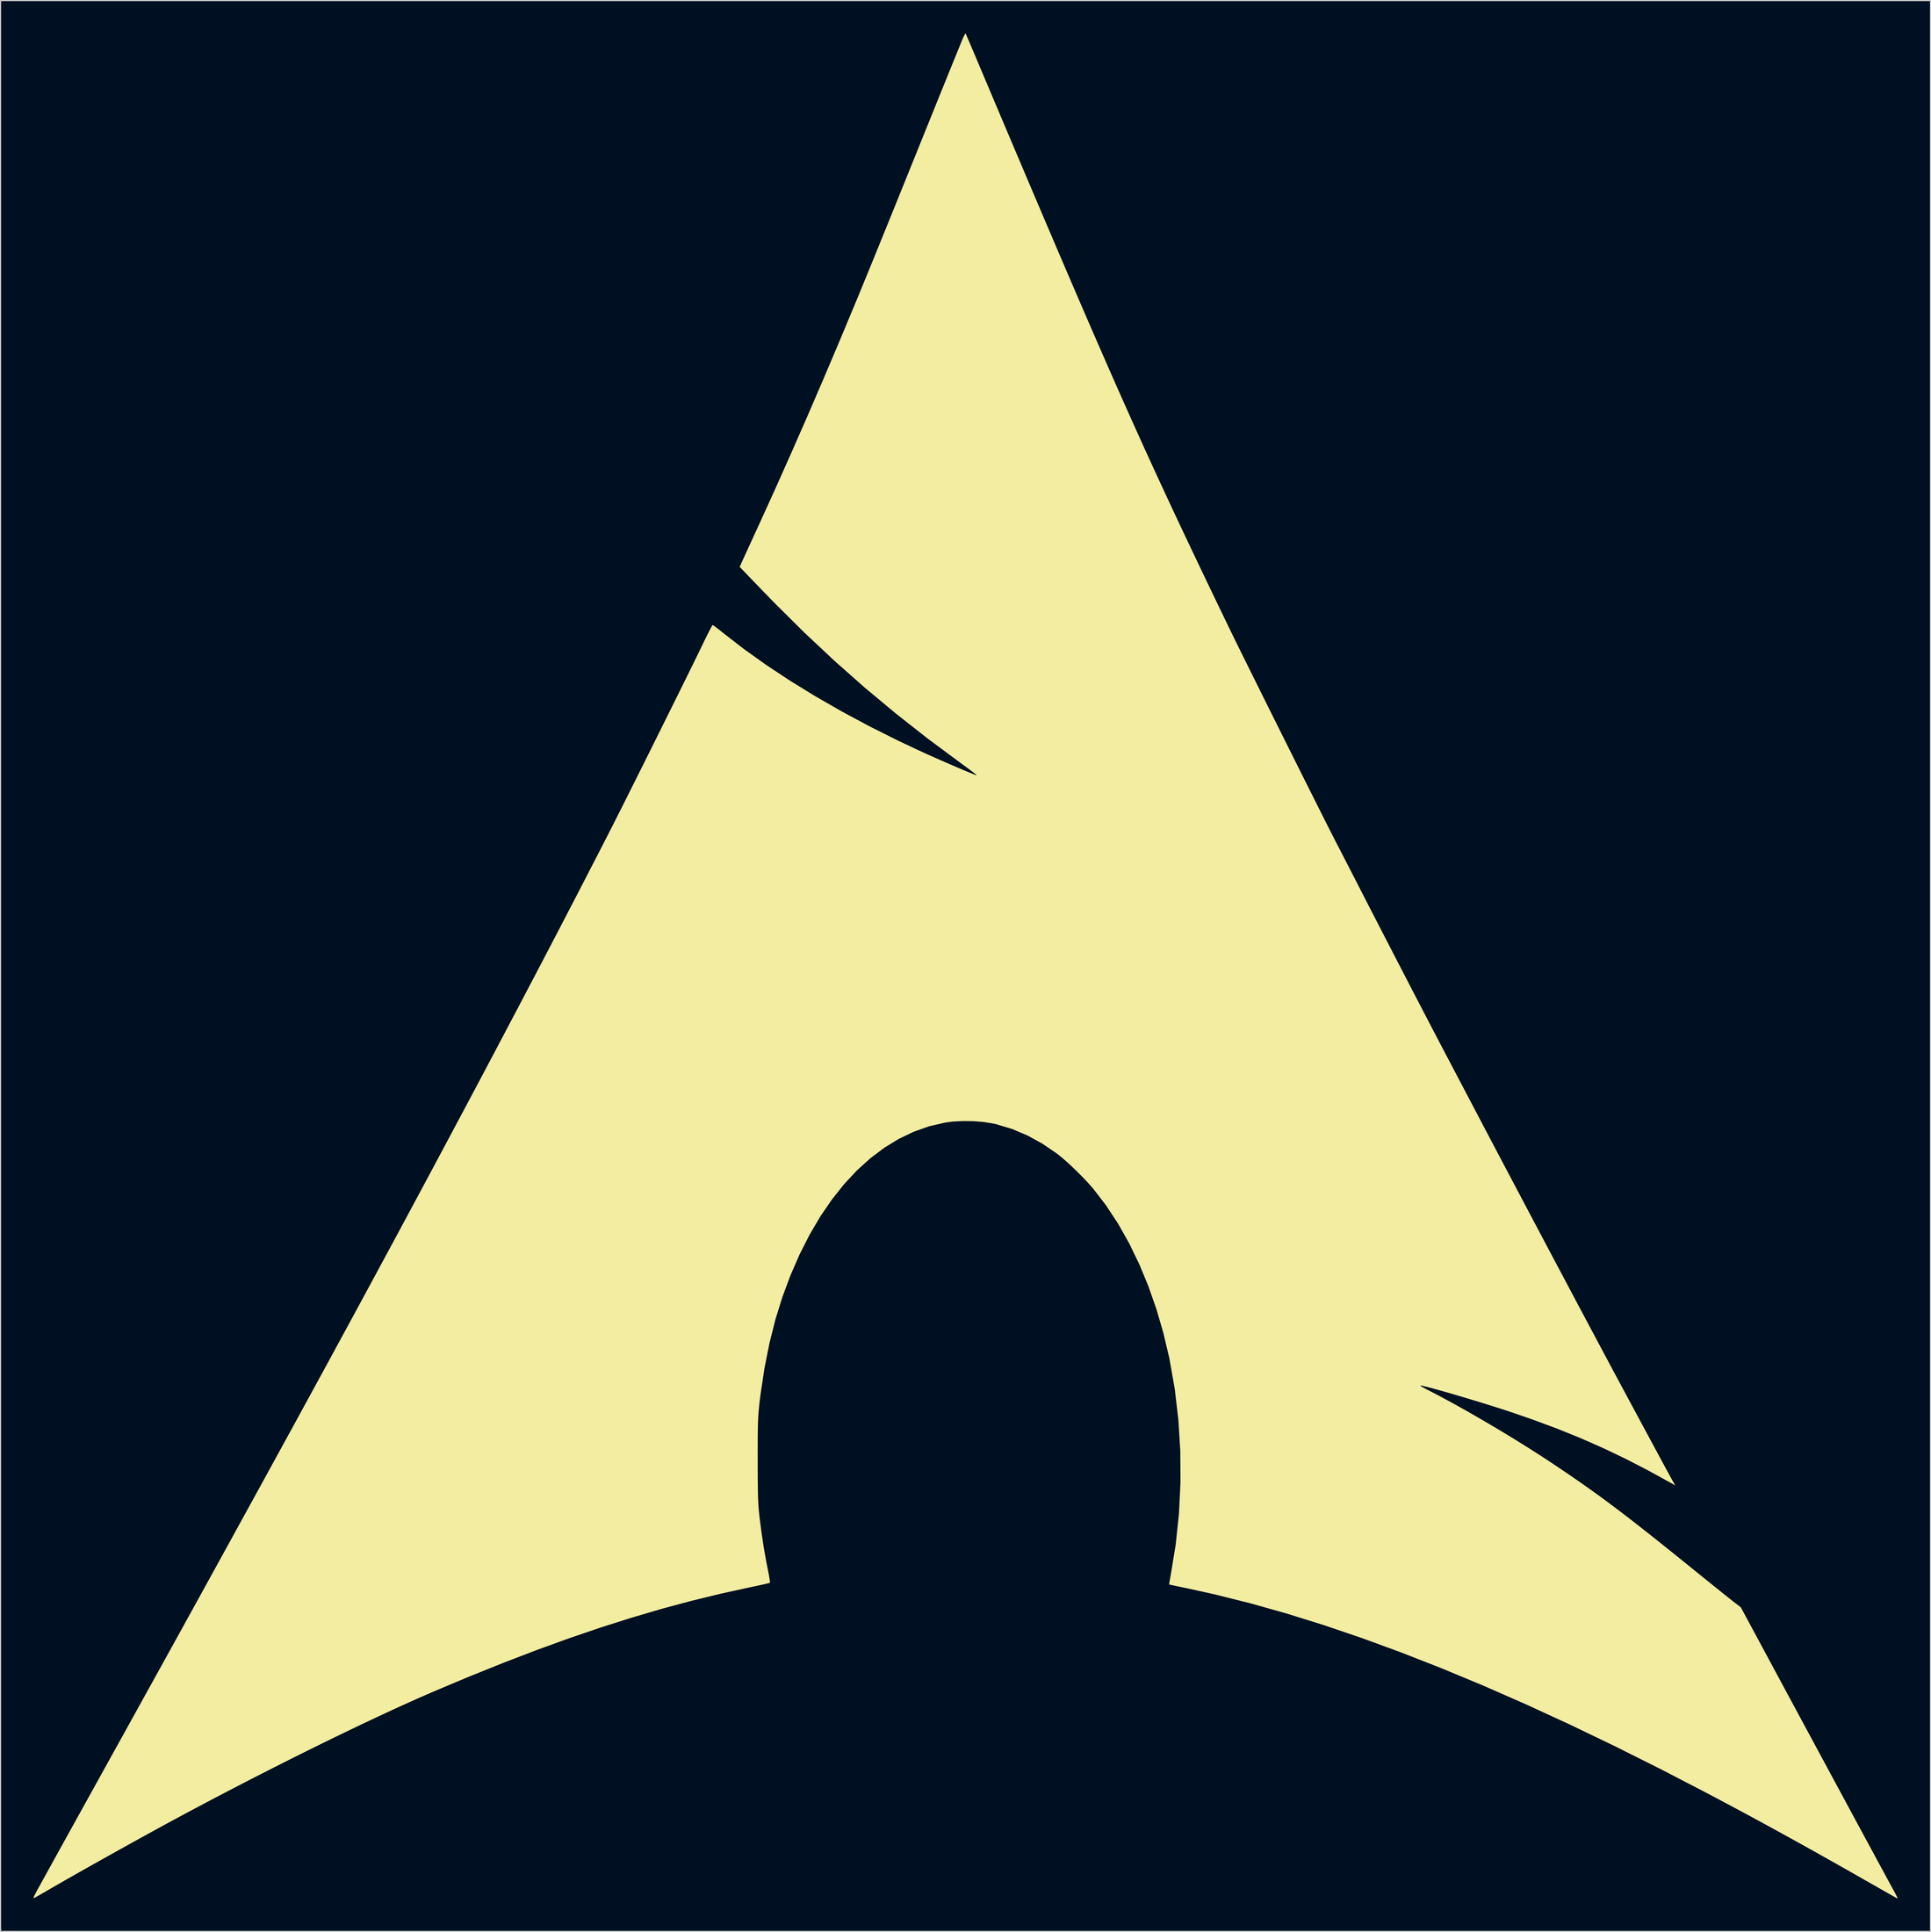
<source format=kicad_pcb>
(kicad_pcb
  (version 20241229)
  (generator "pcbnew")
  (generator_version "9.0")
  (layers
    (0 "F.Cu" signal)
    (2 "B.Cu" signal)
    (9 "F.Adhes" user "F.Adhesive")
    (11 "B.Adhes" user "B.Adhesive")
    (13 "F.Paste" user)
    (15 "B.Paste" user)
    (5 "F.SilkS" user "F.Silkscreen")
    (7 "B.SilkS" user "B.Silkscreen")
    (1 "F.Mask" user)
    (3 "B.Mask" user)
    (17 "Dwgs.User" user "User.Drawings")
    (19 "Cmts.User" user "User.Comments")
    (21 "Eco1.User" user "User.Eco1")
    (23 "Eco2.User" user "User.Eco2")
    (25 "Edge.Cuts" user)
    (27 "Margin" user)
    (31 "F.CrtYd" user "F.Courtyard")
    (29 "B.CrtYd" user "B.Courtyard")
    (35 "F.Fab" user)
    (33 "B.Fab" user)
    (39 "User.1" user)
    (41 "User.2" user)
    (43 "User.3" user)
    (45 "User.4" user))
  (footprint "arch"
    (layer "F.Cu")
    (at 84.797 84.814)
    (property "Reference" "arch" (at 0 0 0) (layer "F.SilkS") (effects (font (size 1.5 1.5) (thickness 0.3))))
    (attr board_only exclude_from_pos_files exclude_from_bom)
    (fp_poly (pts (xy 0.022 -84.812) (xy 0.065 -84.717) (xy 0.166 -84.487) (xy 0.315 -84.14) (xy 0.504 -83.699) (xy 0.723 -83.184) (xy 0.963 -82.616) (xy 1 -82.529) (xy 2.22 -79.642) (xy 3.378 -76.904) (xy 4.478 -74.308) (xy 5.522 -71.846) (xy 6.515 -69.51) (xy 7.459 -67.293) (xy 8.359 -65.187) (xy 9.217 -63.184) (xy 10.037 -61.277) (xy 10.822 -59.458) (xy 11.575 -57.719) (xy 12.301 -56.054) (xy 13.002 -54.453) (xy 13.682 -52.91) (xy 14.344 -51.417) (xy 14.992 -49.966) (xy 15.629 -48.549) (xy 16.258 -47.16) (xy 16.883 -45.79) (xy 17.508 -44.431) (xy 18.134 -43.077) (xy 18.767 -41.719) (xy 19.409 -40.35) (xy 20.064 -38.962) (xy 20.735 -37.547) (xy 21.426 -36.098) (xy 22.139 -34.607) (xy 22.879 -33.067) (xy 23.649 -31.47) (xy 23.996 -30.752) (xy 24.212 -30.307) (xy 24.493 -29.732) (xy 24.833 -29.041) (xy 25.225 -28.248) (xy 25.663 -27.364) (xy 26.139 -26.403) (xy 26.648 -25.378) (xy 27.183 -24.302) (xy 27.737 -23.189) (xy 28.304 -22.051) (xy 28.877 -20.901) (xy 29.45 -19.753) (xy 30.016 -18.62) (xy 30.569 -17.514) (xy 31.102 -16.45) (xy 31.609 -15.439) (xy 32.083 -14.495) (xy 32.517 -13.632) (xy 32.905 -12.861) (xy 33.241 -12.197) (xy 33.518 -11.653) (xy 33.729 -11.24) (xy 33.809 -11.086) (xy 33.972 -10.773) (xy 34.2 -10.33) (xy 34.484 -9.781) (xy 34.81 -9.147) (xy 35.168 -8.451) (xy 35.547 -7.714) (xy 35.935 -6.958) (xy 36.149 -6.541) (xy 36.611 -5.64) (xy 37.123 -4.646) (xy 37.673 -3.579) (xy 38.251 -2.458) (xy 38.849 -1.302) (xy 39.455 -0.131) (xy 40.06 1.037) (xy 40.653 2.182) (xy 41.226 3.284) (xy 41.767 4.326) (xy 42.268 5.286) (xy 42.717 6.147) (xy 43.105 6.889) (xy 43.324 7.306) (xy 43.545 7.726) (xy 43.834 8.275) (xy 44.178 8.93) (xy 44.566 9.668) (xy 44.987 10.468) (xy 45.428 11.307) (xy 45.878 12.163) (xy 46.326 13.015) (xy 46.428 13.21) (xy 47.107 14.5) (xy 47.834 15.881) (xy 48.602 17.338) (xy 49.404 18.855) (xy 50.23 20.419) (xy 51.074 22.013) (xy 51.927 23.625) (xy 52.781 25.237) (xy 53.63 26.837) (xy 54.464 28.408) (xy 55.276 29.937) (xy 56.058 31.407) (xy 56.802 32.806) (xy 57.501 34.116) (xy 58.146 35.325) (xy 58.729 36.416) (xy 59.244 37.376) (xy 59.359 37.59) (xy 60.2 39.154) (xy 60.961 40.569) (xy 61.644 41.838) (xy 62.249 42.961) (xy 62.777 43.941) (xy 63.229 44.779) (xy 63.607 45.477) (xy 63.91 46.036) (xy 64.14 46.457) (xy 64.297 46.743) (xy 64.379 46.889) (xy 64.599 47.267) (xy 64.177 47.029) (xy 62.071 45.873) (xy 60.021 44.818) (xy 57.986 43.847) (xy 55.93 42.943) (xy 53.812 42.088) (xy 51.594 41.266) (xy 49.696 40.611) (xy 49.06 40.402) (xy 48.363 40.178) (xy 47.62 39.945) (xy 46.849 39.706) (xy 46.068 39.469) (xy 45.293 39.236) (xy 44.541 39.014) (xy 43.831 38.808) (xy 43.179 38.623) (xy 42.602 38.463) (xy 42.117 38.333) (xy 41.742 38.239) (xy 41.494 38.186) (xy 41.391 38.179) (xy 41.39 38.18) (xy 41.442 38.232) (xy 41.615 38.338) (xy 41.874 38.478) (xy 41.969 38.527) (xy 43.102 39.113) (xy 44.343 39.783) (xy 45.662 40.52) (xy 47.032 41.308) (xy 48.423 42.128) (xy 49.805 42.964) (xy 51.151 43.8) (xy 52.432 44.617) (xy 53.348 45.219) (xy 54.275 45.84) (xy 55.154 46.438) (xy 56.001 47.024) (xy 56.83 47.608) (xy 57.655 48.202) (xy 58.49 48.815) (xy 59.35 49.46) (xy 60.249 50.146) (xy 61.201 50.884) (xy 62.221 51.686) (xy 63.322 52.561) (xy 64.52 53.521) (xy 65.828 54.576) (xy 66.303 54.961) (xy 66.938 55.474) (xy 67.558 55.974) (xy 68.143 56.446) (xy 68.677 56.875) (xy 69.142 57.247) (xy 69.519 57.547) (xy 69.791 57.762) (xy 69.879 57.831) (xy 70.567 58.362) (xy 73.781 64.329) (xy 74.412 65.5) (xy 75.07 66.722) (xy 75.75 67.982) (xy 76.443 69.267) (xy 77.144 70.567) (xy 77.846 71.868) (xy 78.543 73.159) (xy 79.227 74.427) (xy 79.894 75.661) (xy 80.535 76.848) (xy 81.145 77.977) (xy 81.716 79.034) (xy 82.243 80.008) (xy 82.719 80.887) (xy 83.137 81.659) (xy 83.491 82.312) (xy 83.773 82.833) (xy 83.885 83.038) (xy 84.2 83.615) (xy 84.441 84.058) (xy 84.617 84.385) (xy 84.735 84.61) (xy 84.802 84.751) (xy 84.827 84.823) (xy 84.815 84.843) (xy 84.775 84.828) (xy 84.715 84.792) (xy 84.68 84.773) (xy 84.556 84.704) (xy 84.306 84.563) (xy 83.95 84.362) (xy 83.512 84.113) (xy 83.01 83.827) (xy 82.468 83.518) (xy 82.444 83.504) (xy 80.267 82.265) (xy 78.207 81.103) (xy 76.239 80.002) (xy 74.335 78.949) (xy 72.469 77.929) (xy 70.615 76.927) (xy 68.748 75.93) (xy 67.535 75.288) (xy 63.246 73.064) (xy 59.062 70.971) (xy 54.982 69.01) (xy 51.004 67.18) (xy 47.128 65.48) (xy 43.351 63.91) (xy 39.674 62.47) (xy 36.093 61.158) (xy 32.608 59.974) (xy 29.218 58.918) (xy 25.922 57.989) (xy 22.717 57.187) (xy 20.303 56.654) (xy 19.784 56.546) (xy 19.324 56.45) (xy 18.949 56.37) (xy 18.683 56.313) (xy 18.552 56.283) (xy 18.542 56.28) (xy 18.549 56.198) (xy 18.583 55.984) (xy 18.639 55.674) (xy 18.688 55.411) (xy 19.141 52.644) (xy 19.436 49.832) (xy 19.575 46.993) (xy 19.558 44.146) (xy 19.384 41.31) (xy 19.055 38.503) (xy 18.569 35.745) (xy 18.555 35.679) (xy 18.024 33.423) (xy 17.388 31.238) (xy 16.651 29.137) (xy 15.82 27.131) (xy 14.9 25.233) (xy 13.895 23.455) (xy 12.812 21.807) (xy 11.656 20.303) (xy 11.593 20.228) (xy 11.157 19.734) (xy 10.642 19.191) (xy 10.085 18.634) (xy 9.52 18.096) (xy 8.982 17.611) (xy 8.505 17.213) (xy 8.368 17.107) (xy 7.03 16.192) (xy 5.656 15.436) (xy 4.251 14.842) (xy 2.822 14.413) (xy 2.507 14.341) (xy 1.677 14.208) (xy 0.752 14.133) (xy -0.203 14.12) (xy -1.125 14.167) (xy -1.834 14.257) (xy -3.282 14.591) (xy -4.691 15.087) (xy -6.059 15.742) (xy -7.382 16.552) (xy -8.656 17.513) (xy -9.878 18.621) (xy -11.045 19.873) (xy -12.151 21.265) (xy -13.195 22.793) (xy -14.173 24.453) (xy -15.081 26.241) (xy -15.915 28.154) (xy -16.646 30.114) (xy -17.283 32.157) (xy -17.83 34.333) (xy -18.286 36.63) (xy -18.647 39.034) (xy -18.709 39.534) (xy -18.756 39.943) (xy -18.794 40.32) (xy -18.826 40.687) (xy -18.85 41.066) (xy -18.869 41.478) (xy -18.882 41.947) (xy -18.891 42.493) (xy -18.896 43.14) (xy -18.898 43.909) (xy -18.898 44.822) (xy -18.898 44.981) (xy -18.897 45.921) (xy -18.893 46.713) (xy -18.887 47.379) (xy -18.878 47.94) (xy -18.865 48.419) (xy -18.846 48.838) (xy -18.822 49.218) (xy -18.792 49.581) (xy -18.754 49.95) (xy -18.708 50.345) (xy -18.704 50.375) (xy -18.533 51.686) (xy -18.35 52.895) (xy -18.145 54.068) (xy -17.955 55.033) (xy -17.877 55.433) (xy -17.819 55.77) (xy -17.785 56.011) (xy -17.782 56.122) (xy -17.784 56.125) (xy -17.877 56.154) (xy -18.111 56.212) (xy -18.462 56.292) (xy -18.904 56.388) (xy -19.413 56.496) (xy -19.596 56.534) (xy -22.265 57.119) (xy -24.946 57.773) (xy -27.653 58.501) (xy -30.397 59.308) (xy -33.194 60.196) (xy -36.055 61.171) (xy -38.994 62.238) (xy -42.025 63.4) (xy -45.159 64.661) (xy -48.411 66.027) (xy -48.435 66.037) (xy -49.903 66.678) (xy -51.5 67.397) (xy -53.212 68.187) (xy -55.022 69.04) (xy -56.913 69.949) (xy -58.871 70.905) (xy -60.879 71.9) (xy -62.921 72.927) (xy -64.981 73.977) (xy -67.042 75.043) (xy -69.09 76.117) (xy -71.108 77.191) (xy -71.995 77.668) (xy -72.922 78.171) (xy -73.939 78.727) (xy -75.022 79.323) (xy -76.147 79.945) (xy -77.289 80.58) (xy -78.426 81.214) (xy -79.533 81.835) (xy -80.587 82.429) (xy -81.563 82.983) (xy -82.438 83.483) (xy -83.188 83.916) (xy -83.208 83.928) (xy -83.641 84.179) (xy -84.035 84.407) (xy -84.362 84.594) (xy -84.593 84.725) (xy -84.686 84.777) (xy -84.77 84.811) (xy -84.797 84.783) (xy -84.761 84.671) (xy -84.654 84.454) (xy -84.482 84.131) (xy -84.386 83.955) (xy -84.213 83.642) (xy -83.97 83.201) (xy -83.662 82.644) (xy -83.296 81.981) (xy -82.877 81.223) (xy -82.411 80.381) (xy -81.904 79.464) (xy -81.361 78.485) (xy -80.79 77.454) (xy -80.196 76.381) (xy -79.584 75.277) (xy -79.554 75.223) (xy -78.458 73.246) (xy -77.438 71.404) (xy -76.486 69.687) (xy -75.597 68.081) (xy -74.763 66.575) (xy -73.977 65.155) (xy -73.233 63.811) (xy -72.524 62.529) (xy -71.843 61.296) (xy -71.183 60.102) (xy -70.538 58.933) (xy -69.901 57.778) (xy -69.264 56.623) (xy -68.622 55.457) (xy -67.967 54.267) (xy -67.292 53.041) (xy -66.592 51.766) (xy -65.858 50.431) (xy -65.084 49.023) (xy -64.264 47.53) (xy -63.391 45.939) (xy -63.308 45.788) (xy -60.918 41.426) (xy -58.546 37.081) (xy -56.197 32.762) (xy -53.877 28.478) (xy -51.59 24.24) (xy -49.342 20.055) (xy -47.137 15.935) (xy -44.981 11.889) (xy -42.879 7.925) (xy -40.836 4.054) (xy -38.856 0.286) (xy -36.946 -3.371) (xy -35.11 -6.907) (xy -33.353 -10.312) (xy -32.367 -12.233) (xy -32.089 -12.779) (xy -31.748 -13.453) (xy -31.352 -14.239) (xy -30.909 -15.12) (xy -30.427 -16.082) (xy -29.914 -17.108) (xy -29.377 -18.184) (xy -28.823 -19.293) (xy -28.262 -20.421) (xy -27.7 -21.551) (xy -27.145 -22.669) (xy -26.605 -23.757) (xy -26.088 -24.802) (xy -25.601 -25.787) (xy -25.152 -26.697) (xy -24.749 -27.516) (xy -24.4 -28.228) (xy -24.112 -28.819) (xy -23.908 -29.242) (xy -23.665 -29.744) (xy -23.443 -30.19) (xy -23.255 -30.559) (xy -23.11 -30.83) (xy -23.02 -30.981) (xy -22.998 -31.005) (xy -22.912 -30.955) (xy -22.72 -30.816) (xy -22.449 -30.608) (xy -22.125 -30.351) (xy -22.022 -30.268) (xy -20.153 -28.82) (xy -18.129 -27.375) (xy -15.963 -25.943) (xy -13.669 -24.531) (xy -11.26 -23.148) (xy -8.751 -21.802) (xy -6.155 -20.501) (xy -4.205 -19.58) (xy -3.659 -19.332) (xy -3.066 -19.066) (xy -2.447 -18.791) (xy -1.821 -18.517) (xy -1.208 -18.251) (xy -0.63 -18.003) (xy -0.107 -17.781) (xy 0.342 -17.594) (xy 0.695 -17.45) (xy 0.933 -17.359) (xy 1.033 -17.33) (xy 0.995 -17.377) (xy 0.838 -17.507) (xy 0.579 -17.708) (xy 0.237 -17.964) (xy -0.168 -18.26) (xy -0.309 -18.362) (xy -3.379 -20.637) (xy -6.322 -22.948) (xy -9.168 -25.319) (xy -11.944 -27.776) (xy -14.679 -30.343) (xy -17.4 -33.044) (xy -18.445 -34.119) (xy -20.538 -36.294) (xy -20.283 -36.857) (xy -20.186 -37.071) (xy -20.028 -37.416) (xy -19.821 -37.869) (xy -19.574 -38.407) (xy -19.298 -39.007) (xy -19.005 -39.646) (xy -18.817 -40.054) (xy -17.369 -43.236) (xy -15.887 -46.555) (xy -14.383 -49.982) (xy -12.87 -53.491) (xy -11.36 -57.054) (xy -9.863 -60.643) (xy -8.69 -63.5) (xy -8.414 -64.177) (xy -8.156 -64.811) (xy -7.91 -65.415) (xy -7.671 -66.003) (xy -7.433 -66.587) (xy -7.193 -67.18) (xy -6.943 -67.795) (xy -6.68 -68.444) (xy -6.398 -69.141) (xy -6.092 -69.898) (xy -5.756 -70.728) (xy -5.386 -71.644) (xy -4.976 -72.659) (xy -4.521 -73.785) (xy -4.016 -75.036) (xy -3.456 -76.424) (xy -3.1 -77.304) (xy -2.605 -78.53) (xy -2.063 -79.868) (xy -1.492 -81.276) (xy -0.91 -82.71) (xy -0.334 -84.125) (xy -0.297 -84.218) (xy -0.17 -84.51) (xy -0.063 -84.719) (xy 0.007 -84.814)) (stroke (width 0) (type solid)) (fill yes) (layer "F.SilkS")))
  (gr_rect
    (start -3 -3)
    (end 172.624 172.657)
    (stroke (width 0.1) (type default))
    (fill no)
    (layer "Edge.Cuts")))
</source>
